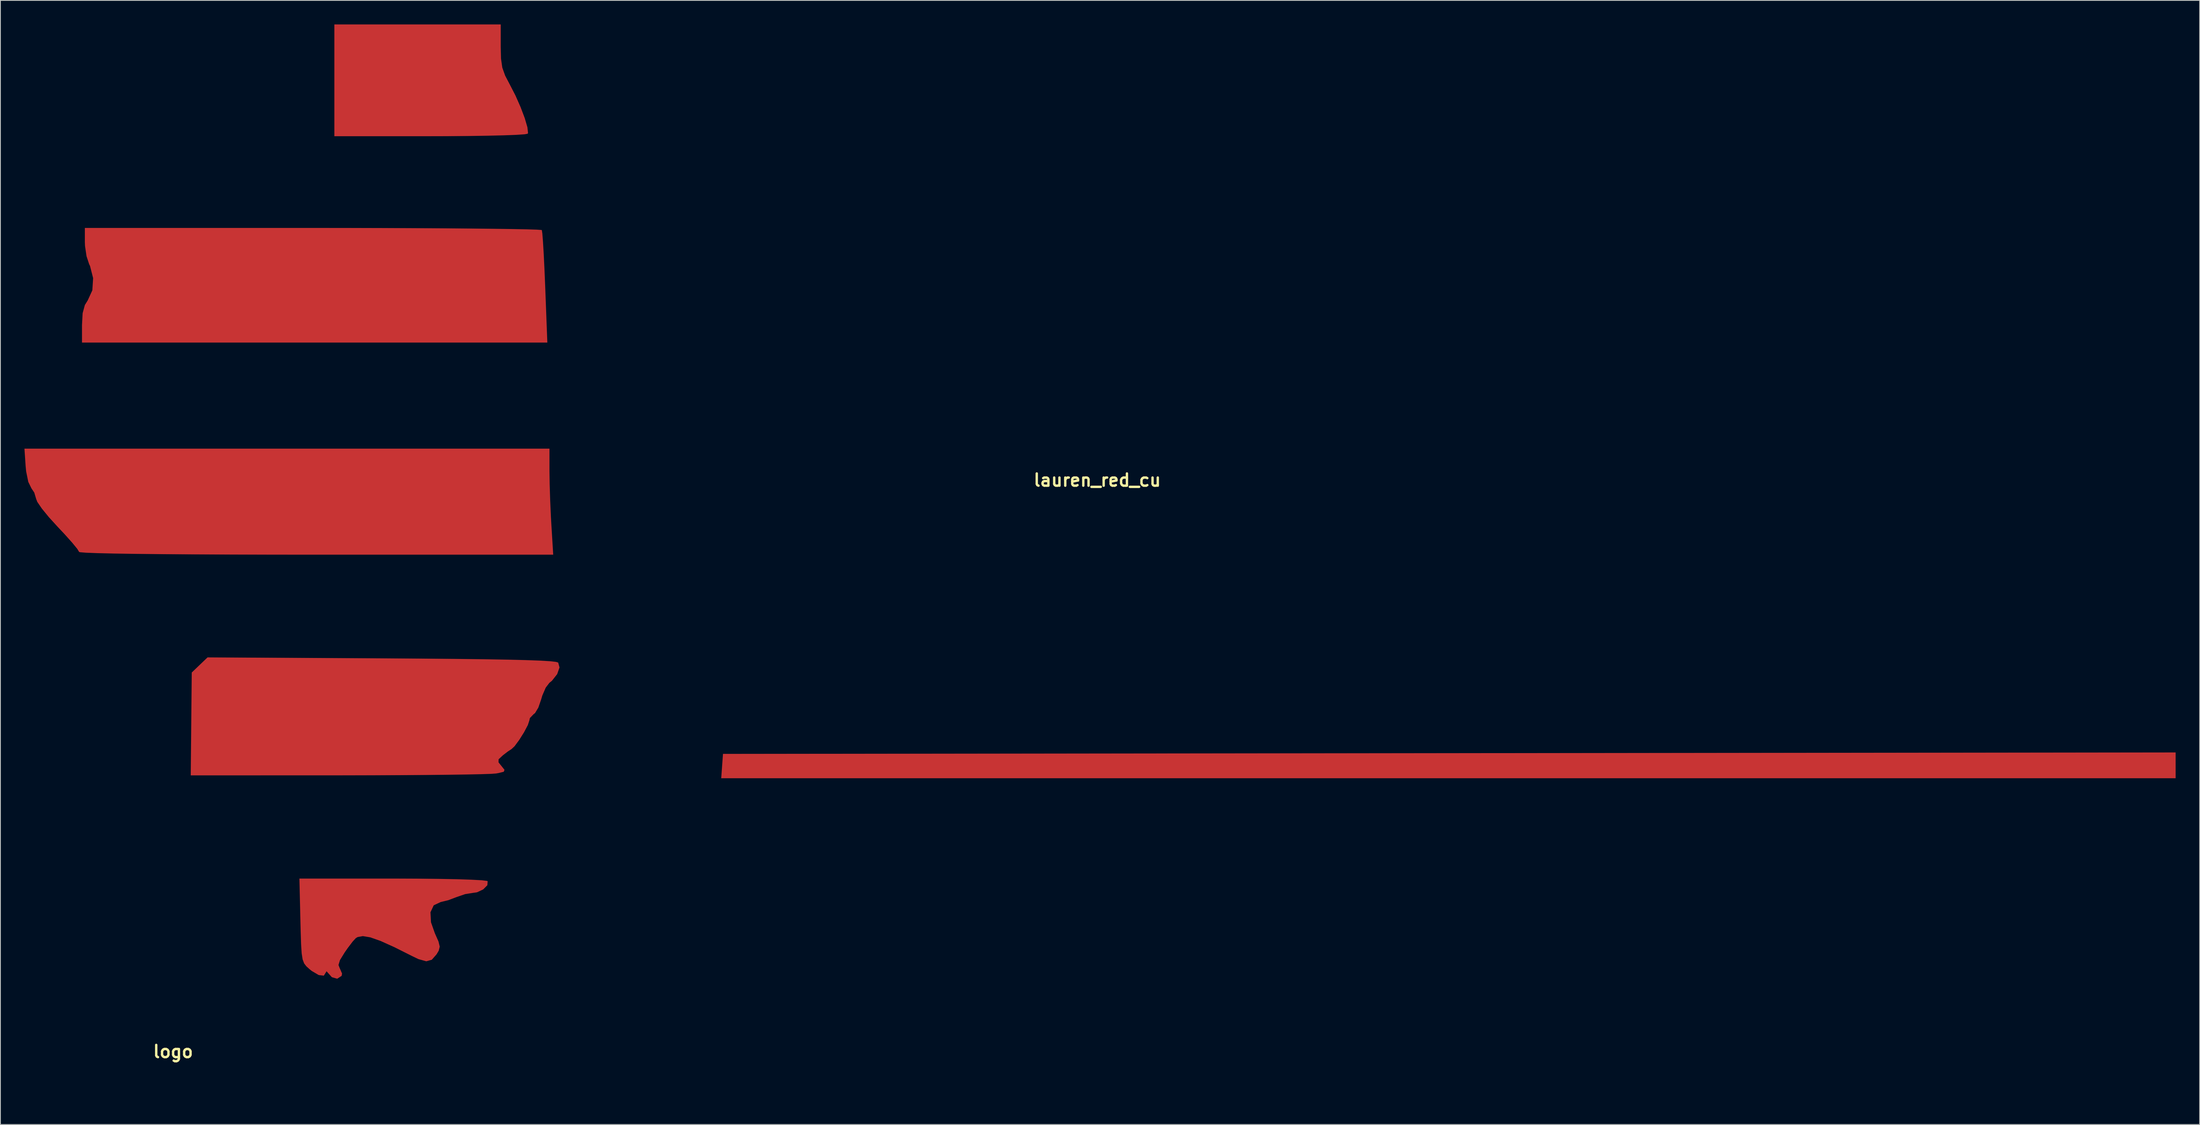
<source format=kicad_pcb>
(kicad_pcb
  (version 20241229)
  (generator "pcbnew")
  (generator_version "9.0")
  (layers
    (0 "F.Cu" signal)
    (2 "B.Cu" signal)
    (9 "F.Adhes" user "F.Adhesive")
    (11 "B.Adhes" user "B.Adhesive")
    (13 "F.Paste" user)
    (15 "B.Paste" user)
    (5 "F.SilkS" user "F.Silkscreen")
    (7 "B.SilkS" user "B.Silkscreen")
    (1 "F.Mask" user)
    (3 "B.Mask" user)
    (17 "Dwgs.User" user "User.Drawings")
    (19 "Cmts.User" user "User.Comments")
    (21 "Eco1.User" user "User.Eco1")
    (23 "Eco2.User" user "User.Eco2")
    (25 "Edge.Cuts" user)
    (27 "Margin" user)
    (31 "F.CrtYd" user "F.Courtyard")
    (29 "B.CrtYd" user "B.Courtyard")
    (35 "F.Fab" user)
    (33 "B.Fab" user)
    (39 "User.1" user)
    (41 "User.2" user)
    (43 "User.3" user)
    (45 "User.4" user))
  (footprint "lauren_red_cu"
    (layer "F.Cu")
    (at 133.819 56.882)
    (property "Reference" "lauren_red_cu" (at 0 0 0) (layer "F.SilkS") (effects (font (size 1.524 1.524) (thickness 0.3))))
    (attr through_hole)
    (fp_poly (pts (xy 134.513 37.206) (xy -46.906 37.206) (xy -46.796 35.685) (xy -46.686 34.165) (xy 43.913 34.075) (xy 134.513 33.985)) (stroke (width 0) (type solid)) (fill yes) (layer "F.Cu"))
    (fp_poly (pts (xy -74.411 -54.138) (xy -74.373 -52.606) (xy -74.213 -51.491) (xy -73.859 -50.496) (xy -73.293 -49.414) (xy -72.576 -48.023) (xy -71.928 -46.555) (xy -71.41 -45.176) (xy -71.082 -44.051) (xy -71.005 -43.347) (xy -71.039 -43.245) (xy -71.43 -43.17) (xy -72.453 -43.101) (xy -74.021 -43.041) (xy -76.052 -42.992) (xy -78.459 -42.955) (xy -81.159 -42.934) (xy -83.197 -42.93) (xy -95.161 -42.93) (xy -95.161 -56.882) (xy -74.411 -56.882)) (stroke (width 0) (type solid)) (fill yes) (layer "F.Cu"))
    (fp_poly (pts (xy -93.42 -31.478) (xy -89.185 -31.469) (xy -85.214 -31.454) (xy -81.559 -31.433) (xy -78.277 -31.408) (xy -75.42 -31.378) (xy -73.043 -31.345) (xy -71.201 -31.309) (xy -69.947 -31.27) (xy -69.335 -31.228) (xy -69.282 -31.213) (xy -69.219 -30.788) (xy -69.139 -29.762) (xy -69.048 -28.25) (xy -68.955 -26.368) (xy -68.865 -24.231) (xy -68.858 -24.058) (xy -68.596 -17.172) (xy -126.642 -17.172) (xy -126.642 -19.351) (xy -126.562 -20.84) (xy -126.284 -21.86) (xy -125.927 -22.44) (xy -125.352 -23.695) (xy -125.253 -25.218) (xy -125.64 -26.734) (xy -125.75 -26.961) (xy -126.076 -27.953) (xy -126.265 -29.235) (xy -126.285 -29.734) (xy -126.285 -31.482) (xy -97.865 -31.482)) (stroke (width 0) (type solid)) (fill yes) (layer "F.Cu"))
    (fp_poly (pts (xy -68.33 -1.129) (xy -68.305 0.506) (xy -68.241 2.522) (xy -68.147 4.589) (xy -68.096 5.489) (xy -67.863 9.301) (xy -97.432 9.301) (xy -103.044 9.297) (xy -108.121 9.285) (xy -112.641 9.265) (xy -116.583 9.237) (xy -119.927 9.202) (xy -122.65 9.16) (xy -124.733 9.111) (xy -126.154 9.056) (xy -126.893 8.994) (xy -127 8.957) (xy -127.234 8.573) (xy -127.867 7.8) (xy -128.797 6.759) (xy -129.673 5.827) (xy -130.772 4.621) (xy -131.654 3.54) (xy -132.213 2.719) (xy -132.356 2.354) (xy -132.596 1.548) (xy -132.948 1.023) (xy -133.341 0.217) (xy -133.61 -1.102) (xy -133.674 -1.777) (xy -133.819 -3.935) (xy -68.33 -3.935)) (stroke (width 0) (type solid)) (fill yes) (layer "F.Cu"))
    (fp_poly (pts (xy -89.315 22.241) (xy -84.408 22.272) (xy -80.187 22.308) (xy -76.619 22.351) (xy -73.675 22.401) (xy -71.324 22.458) (xy -69.535 22.523) (xy -68.277 22.598) (xy -67.52 22.682) (xy -67.241 22.768) (xy -67.077 23.38) (xy -67.368 24.212) (xy -68.016 25.033) (xy -68.341 25.299) (xy -68.796 25.897) (xy -69.226 26.895) (xy -69.366 27.371) (xy -69.716 28.385) (xy -70.128 29.072) (xy -70.306 29.209) (xy -70.776 29.699) (xy -70.834 29.98) (xy -71.026 30.567) (xy -71.5 31.466) (xy -72.105 32.43) (xy -72.687 33.216) (xy -73.065 33.567) (xy -73.513 33.86) (xy -74.135 34.338) (xy -74.675 34.839) (xy -74.683 35.226) (xy -74.307 35.692) (xy -73.94 36.153) (xy -74.029 36.395) (xy -74.682 36.558) (xy -75.026 36.616) (xy -75.642 36.66) (xy -76.9 36.701) (xy -78.726 36.739) (xy -81.047 36.772) (xy -83.789 36.8) (xy -86.878 36.821) (xy -90.241 36.836) (xy -93.804 36.843) (xy -94.727 36.844) (xy -113.076 36.848) (xy -113.013 30.429) (xy -112.951 24.01) (xy -111.966 23.066) (xy -110.98 22.122)) (stroke (width 0) (type solid)) (fill yes) (layer "F.Cu"))
    (fp_poly (pts (xy -84.887 49.737) (xy -82.208 49.765) (xy -79.919 49.809) (xy -78.093 49.868) (xy -76.803 49.938) (xy -76.124 50.019) (xy -76.039 50.056) (xy -76.078 50.559) (xy -76.592 51.079) (xy -77.366 51.443) (xy -77.871 51.515) (xy -78.84 51.667) (xy -79.902 52.031) (xy -79.902 52.031) (xy -80.955 52.429) (xy -81.896 52.657) (xy -82.765 53.062) (xy -83.174 53.937) (xy -83.107 55.187) (xy -82.629 56.545) (xy -82.173 57.578) (xy -82.018 58.223) (xy -82.143 58.733) (xy -82.416 59.189) (xy -83.006 59.86) (xy -83.697 60.054) (xy -84.667 59.783) (xy -85.431 59.417) (xy -87.675 58.291) (xy -89.396 57.515) (xy -90.678 57.064) (xy -91.604 56.911) (xy -92.258 57.027) (xy -92.478 57.155) (xy -92.876 57.588) (xy -93.49 58.397) (xy -93.866 58.936) (xy -94.463 59.905) (xy -94.648 60.518) (xy -94.476 60.959) (xy -94.461 60.977) (xy -94.201 61.586) (xy -94.257 61.874) (xy -94.808 62.23) (xy -95.475 62.038) (xy -95.847 61.622) (xy -96.136 61.3) (xy -96.223 61.443) (xy -96.473 61.846) (xy -97.104 61.776) (xy -97.985 61.258) (xy -98.271 61.027) (xy -98.661 60.673) (xy -98.937 60.311) (xy -99.122 59.813) (xy -99.24 59.054) (xy -99.313 57.909) (xy -99.366 56.25) (xy -99.398 54.945) (xy -99.521 49.727) (xy -87.881 49.727)) (stroke (width 0) (type solid)) (fill yes) (layer "F.Cu")))
  (footprint "logo"
    (layer "F.Cu")
    (at 18.542 128.208)
    (property "Reference" "logo" (at 0 0 0) (layer "F.SilkS") (effects (font (size 1.524 1.524) (thickness 0.3))))
    (attr through_hole)
    (fp_poly (pts (xy 0.666 -1.491) (xy 0.982 -1.387) (xy 1.159 -1.204) (xy 1.206 -0.934) (xy 1.162 -0.671) (xy 1.043 -0.465) (xy 0.804 -0.332) (xy 0.43 -0.265) (xy 0.123 -0.254) (xy -0.423 -0.254) (xy -0.423 -1.524) (xy 0.202 -1.524)) (stroke (width 0) (type solid)) (fill yes) (layer "F.Mask"))
    (fp_poly (pts (xy 9.456 -1.497) (xy 9.751 -1.408) (xy 9.923 -1.246) (xy 9.988 -1) (xy 9.991 -0.931) (xy 9.946 -0.664) (xy 9.8 -0.484) (xy 9.535 -0.38) (xy 9.13 -0.34) (xy 9.017 -0.339) (xy 8.382 -0.339) (xy 8.382 -1.524) (xy 9.017 -1.524)) (stroke (width 0) (type solid)) (fill yes) (layer "F.Mask"))
    (fp_poly (pts (xy 4.36 -1.196) (xy 4.445 -0.999) (xy 4.558 -0.714) (xy 4.686 -0.378) (xy 4.815 -0.029) (xy 4.932 0.299) (xy 5.023 0.568) (xy 5.074 0.743) (xy 5.081 0.783) (xy 5.002 0.811) (xy 4.791 0.832) (xy 4.484 0.845) (xy 4.279 0.847) (xy 3.479 0.847) (xy 3.696 0.275) (xy 3.839 -0.105) (xy 3.989 -0.508) (xy 4.09 -0.783) (xy 4.19 -1.039) (xy 4.274 -1.215) (xy 4.318 -1.27)) (stroke (width 0) (type solid)) (fill yes) (layer "F.Mask"))
    (fp_poly (pts (xy -13.321 -1.837) (xy -12.857 -1.633) (xy -12.481 -1.285) (xy -12.252 -0.93) (xy -12.124 -0.664) (xy -12.054 -0.44) (xy -12.029 -0.186) (xy -12.036 0.164) (xy -12.037 0.176) (xy -12.065 0.55) (xy -12.122 0.825) (xy -12.227 1.069) (xy -12.322 1.234) (xy -12.613 1.6) (xy -12.936 1.848) (xy -13.348 2.008) (xy -13.812 2.083) (xy -14.256 2.065) (xy -14.485 2.006) (xy -14.988 1.736) (xy -15.368 1.355) (xy -15.619 0.873) (xy -15.735 0.303) (xy -15.721 -0.258) (xy -15.61 -0.75) (xy -15.388 -1.156) (xy -15.186 -1.385) (xy -14.85 -1.667) (xy -14.497 -1.829) (xy -14.069 -1.897) (xy -13.879 -1.902)) (stroke (width 0) (type solid)) (fill yes) (layer "F.Mask"))
    (fp_poly (pts (xy 18.627 6.096) (xy -18.542 6.096) (xy -18.542 0.255) (xy -16.335 0.255) (xy -16.236 0.858) (xy -16 1.427) (xy -15.679 1.874) (xy -15.274 2.267) (xy -14.872 2.519) (xy -14.423 2.651) (xy -13.882 2.683) (xy -13.753 2.678) (xy -13.339 2.639) (xy -13.007 2.55) (xy -12.709 2.41) (xy -12.199 2.041) (xy -11.983 1.773) (xy -10.786 1.773) (xy -10.429 2.112) (xy -9.968 2.439) (xy -9.428 2.639) (xy -8.849 2.706) (xy -8.271 2.634) (xy -7.891 2.499) (xy -7.61 2.348) (xy -7.431 2.186) (xy -7.295 1.955) (xy -7.268 1.894) (xy -7.132 1.412) (xy -7.16 0.963) (xy -7.345 0.557) (xy -7.684 0.208) (xy -8.106 -0.045) (xy -8.626 -0.289) (xy -9.013 -0.473) (xy -9.289 -0.612) (xy -9.476 -0.717) (xy -9.595 -0.802) (xy -9.667 -0.879) (xy -9.713 -0.96) (xy -9.737 -1.016) (xy -9.799 -1.261) (xy -9.748 -1.497) (xy -9.741 -1.513) (xy -9.561 -1.77) (xy -9.269 -1.92) (xy -8.851 -1.972) (xy -8.764 -1.971) (xy -8.346 -1.928) (xy -8.017 -1.802) (xy -7.724 -1.581) (xy -7.531 -1.406) (xy -7.344 -1.593) (xy -7.229 -1.76) (xy -7.245 -1.915) (xy -7.403 -2.078) (xy -7.714 -2.265) (xy -7.754 -2.286) (xy -8.141 -2.425) (xy -8.329 -2.455) (xy -6.265 -2.455) (xy -6.265 2.625) (xy -5.673 2.625) (xy -5.673 0.339) (xy -2.963 0.339) (xy -2.963 2.625) (xy -2.371 2.625) (xy -2.371 -2.455) (xy -1.439 -2.455) (xy -1.439 2.709) (xy -0.423 2.709) (xy -0.423 2.692) (xy 1.694 2.692) (xy 1.771 2.701) (xy 1.973 2.701) (xy 2.256 2.692) (xy 2.818 2.667) (xy 2.992 2.18) (xy 3.165 1.693) (xy 5.462 1.693) (xy 5.637 2.18) (xy 5.811 2.667) (xy 6.335 2.692) (xy 6.635 2.698) (xy 6.799 2.674) (xy 6.857 2.615) (xy 6.858 2.599) (xy 6.828 2.493) (xy 6.742 2.25) (xy 6.608 1.891) (xy 6.434 1.434) (xy 6.227 0.899) (xy 5.995 0.308) (xy 5.876 0.009) (xy 4.897 -2.455) (xy 7.281 -2.455) (xy 7.281 0.071) (xy 7.283 0.709) (xy 7.289 1.291) (xy 7.297 1.798) (xy 7.308 2.206) (xy 7.322 2.494) (xy 7.336 2.642) (xy 7.341 2.657) (xy 7.453 2.686) (xy 7.677 2.697) (xy 7.871 2.692) (xy 8.34 2.667) (xy 8.363 1.587) (xy 8.387 0.508) (xy 8.617 0.51) (xy 8.715 0.522) (xy 8.805 0.575) (xy 8.905 0.691) (xy 9.031 0.892) (xy 9.2 1.202) (xy 9.401 1.589) (xy 9.955 2.667) (xy 10.523 2.692) (xy 10.808 2.697) (xy 11.012 2.687) (xy 11.091 2.664) (xy 11.091 2.664) (xy 11.052 2.574) (xy 10.944 2.365) (xy 10.783 2.065) (xy 10.583 1.7) (xy 10.497 1.546) (xy 10.288 1.168) (xy 10.114 0.847) (xy 9.99 0.611) (xy 9.929 0.484) (xy 9.926 0.471) (xy 10.289 0.241) (xy 10.588 -0.019) (xy 10.775 -0.267) (xy 10.782 -0.28) (xy 10.911 -0.733) (xy 10.894 -1.197) (xy 10.748 -1.636) (xy 10.485 -2.014) (xy 10.121 -2.294) (xy 9.964 -2.365) (xy 9.795 -2.398) (xy 9.494 -2.425) (xy 9.1 -2.445) (xy 8.652 -2.455) (xy 8.503 -2.455) (xy 11.43 -2.455) (xy 11.43 2.625) (xy 12.526 2.625) (xy 12.55 1.398) (xy 12.573 0.172) (xy 14.012 1.563) (xy 14.42 1.955) (xy 14.788 2.305) (xy 15.099 2.595) (xy 15.336 2.811) (xy 15.48 2.935) (xy 15.515 2.959) (xy 15.545 2.883) (xy 15.567 2.678) (xy 15.578 2.384) (xy 15.579 2.296) (xy 15.579 1.628) (xy 15.219 1.308) (xy 14.998 1.107) (xy 14.702 0.834) (xy 14.379 0.533) (xy 14.213 0.376) (xy 13.567 -0.236) (xy 15.677 -2.455) (xy 15.014 -2.456) (xy 14.351 -2.457) (xy 13.445 -1.504) (xy 12.539 -0.55) (xy 12.535 -1.503) (xy 12.531 -2.455) (xy 11.43 -2.455) (xy 8.503 -2.455) (xy 7.281 -2.455) (xy 4.897 -2.455) (xy 4.894 -2.462) (xy 4.299 -2.438) (xy 3.704 -2.413) (xy 2.7 0.127) (xy 2.456 0.743) (xy 2.234 1.306) (xy 2.041 1.799) (xy 1.883 2.201) (xy 1.769 2.495) (xy 1.705 2.661) (xy 1.694 2.692) (xy -0.423 2.692) (xy -0.423 0.593) (xy 0.275 0.591) (xy 0.894 0.544) (xy 1.379 0.402) (xy 1.743 0.158) (xy 1.998 -0.194) (xy 2.123 -0.533) (xy 2.169 -1.006) (xy 2.069 -1.469) (xy 1.839 -1.881) (xy 1.497 -2.203) (xy 1.358 -2.284) (xy 1.203 -2.353) (xy 1.03 -2.401) (xy 0.807 -2.431) (xy 0.499 -2.448) (xy 0.073 -2.455) (xy -0.208 -2.455) (xy -1.439 -2.455) (xy -2.371 -2.455) (xy -2.963 -2.455) (xy -2.963 -0.254) (xy -5.673 -0.254) (xy -5.673 -2.455) (xy -6.265 -2.455) (xy -8.329 -2.455) (xy -8.598 -2.499) (xy -9.067 -2.507) (xy -9.493 -2.448) (xy -9.806 -2.328) (xy -10.151 -2.031) (xy -10.354 -1.643) (xy -10.414 -1.215) (xy -10.38 -0.887) (xy -10.264 -0.612) (xy -10.048 -0.371) (xy -9.712 -0.149) (xy -9.239 0.075) (xy -8.913 0.204) (xy -8.574 0.352) (xy -8.264 0.521) (xy -8.047 0.674) (xy -8.04 0.68) (xy -7.878 0.856) (xy -7.808 1.026) (xy -7.803 1.271) (xy -7.806 1.321) (xy -7.848 1.606) (xy -7.947 1.789) (xy -8.051 1.882) (xy -8.411 2.051) (xy -8.839 2.103) (xy -9.29 2.042) (xy -9.716 1.875) (xy -10.053 1.626) (xy -10.346 1.333) (xy -10.566 1.553) (xy -10.786 1.773) (xy -11.983 1.773) (xy -11.813 1.561) (xy -11.557 0.984) (xy -11.438 0.321) (xy -11.43 0.087) (xy -11.505 -0.603) (xy -11.724 -1.216) (xy -12.079 -1.74) (xy -12.565 -2.161) (xy -12.802 -2.303) (xy -13.183 -2.436) (xy -13.654 -2.502) (xy -14.152 -2.501) (xy -14.615 -2.432) (xy -14.953 -2.31) (xy -15.464 -1.949) (xy -15.863 -1.484) (xy -16.144 -0.943) (xy -16.303 -0.354) (xy -16.335 0.255) (xy -18.542 0.255) (xy -18.542 -6.096) (xy 18.627 -6.096)) (stroke (width 0) (type solid)) (fill yes) (layer "F.Mask")))
  (gr_rect
    (start -3 -3)
    (end 271.331 137.304)
    (stroke (width 0.1) (type default))
    (fill no)
    (layer "Edge.Cuts")))
</source>
